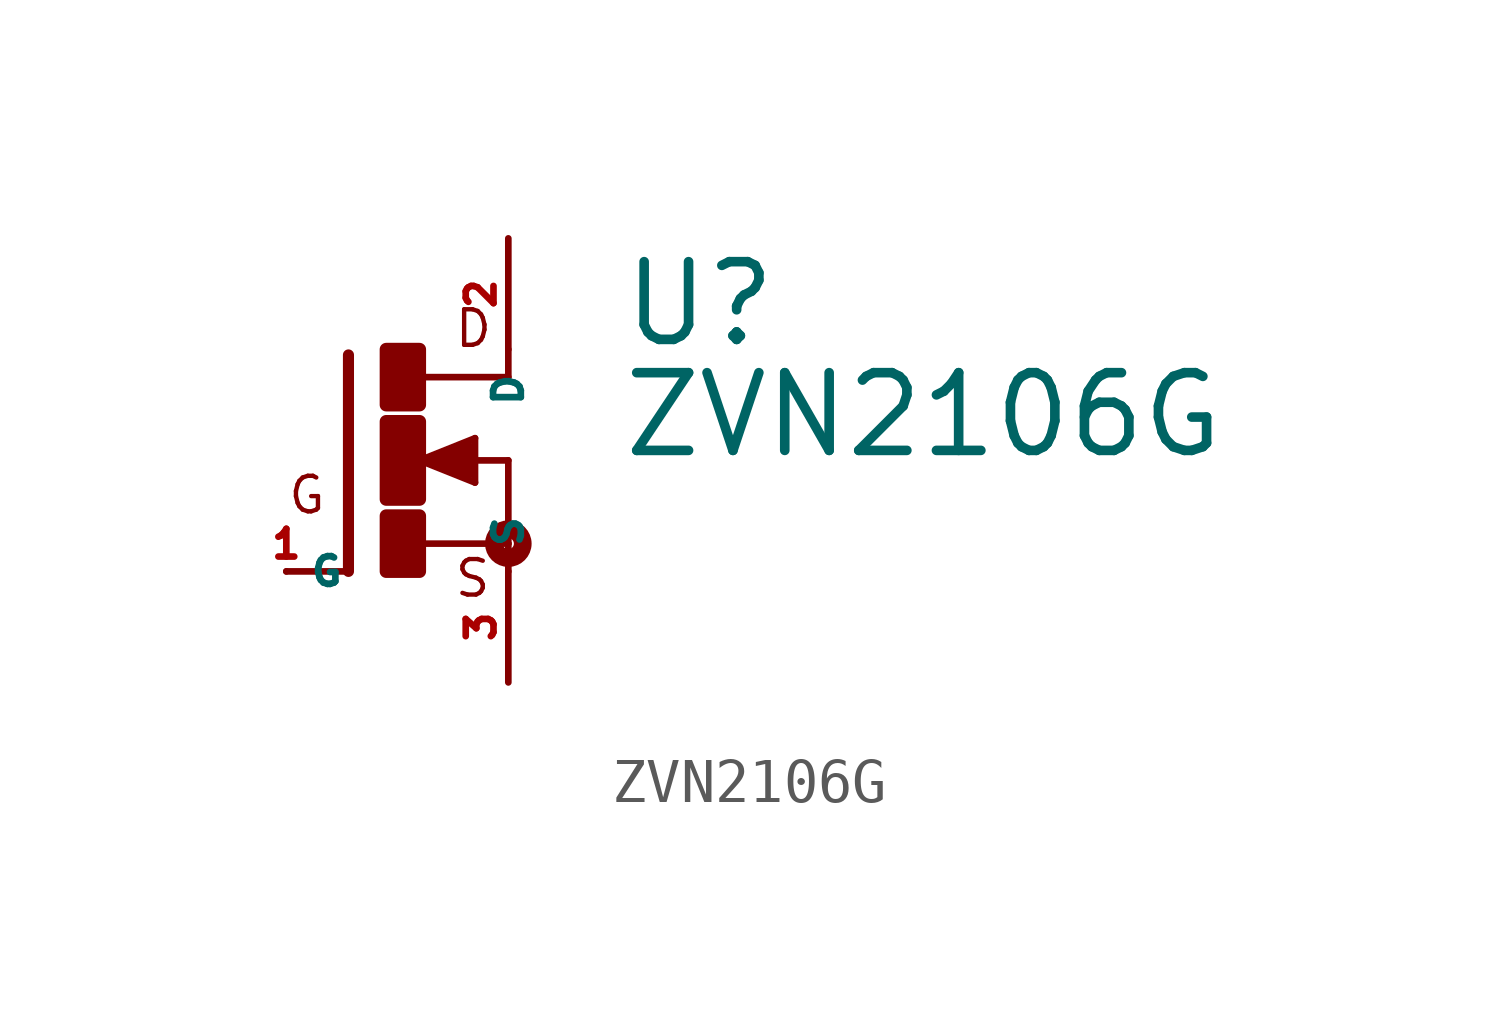
<source format=kicad_sym>
(kicad_symbol_lib
  (version 20220914)
  (generator Eagle2Kicad)
  (symbol "ZVN2106G"
    (property "Reference" "U"
      (at 5.08 2.54 0)
      (effects (font (size 1.778 1.778) (thickness 0.22)) (justify left bottom)))
    (property "Value" "ZVN2106G"
      (at 5.08 0 0)
      (effects (font (size 1.778 1.778) (thickness 0.22)) (justify left bottom)))
    (polyline
      (pts (xy -1.118 2.413) (xy -1.118 -2.54))
      (stroke (width 0.254) (type default))
      (fill (type none)))
    (polyline
      (pts (xy -1.118 -2.54) (xy -2.54 -2.54))
      (stroke (width 0.152) (type default))
      (fill (type none)))
    (polyline
      (pts (xy 2.54 1.905) (xy 0.533 1.905))
      (stroke (width 0.152) (type default))
      (fill (type none)))
    (polyline
      (pts (xy 2.54 2.54) (xy 2.54 1.905))
      (stroke (width 0.152) (type default))
      (fill (type none)))
    (polyline
      (pts (xy 2.54 0) (xy 2.54 -1.905))
      (stroke (width 0.152) (type default))
      (fill (type none)))
    (polyline
      (pts (xy 0.508 -1.905) (xy 2.54 -1.905))
      (stroke (width 0.152) (type default))
      (fill (type none)))
    (polyline
      (pts (xy 2.54 -1.905) (xy 2.54 -2.54))
      (stroke (width 0.152) (type default))
      (fill (type none)))
    (polyline
      (pts (xy 0.508 0) (xy 1.778 -0.508))
      (stroke (width 0.152) (type default))
      (fill (type none)))
    (polyline
      (pts (xy 1.778 -0.508) (xy 1.778 0.508))
      (stroke (width 0.152) (type default))
      (fill (type none)))
    (polyline
      (pts (xy 1.778 0.508) (xy 0.508 0))
      (stroke (width 0.152) (type default))
      (fill (type none)))
    (polyline
      (pts (xy 1.651 0) (xy 2.54 0))
      (stroke (width 0.152) (type default))
      (fill (type none)))
    (polyline
      (pts (xy 1.651 0.254) (xy 0.762 0))
      (stroke (width 0.305) (type default))
      (fill (type none)))
    (polyline
      (pts (xy 0.762 0) (xy 1.651 -0.254))
      (stroke (width 0.305) (type default))
      (fill (type none)))
    (polyline
      (pts (xy 1.651 -0.254) (xy 1.651 0))
      (stroke (width 0.305) (type default))
      (fill (type none)))
    (polyline
      (pts (xy 1.651 0) (xy 1.397 0))
      (stroke (width 0.305) (type default))
      (fill (type none)))
    (text "D"
      (at 1.27 2.54 0)
      (effects (font (size 0.813 0.813) (thickness 0.10)) (justify left bottom)))
    (text "S"
      (at 1.27 -3.175 0)
      (effects (font (size 0.813 0.813) (thickness 0.10)) (justify left bottom)))
    (text "G"
      (at -2.54 -1.27 0)
      (effects (font (size 0.813 0.813) (thickness 0.10)) (justify left bottom)))
    (circle
      (center 2.54 -1.905)
      (radius 0.127)
      (stroke (width 0.406) (type default))
      (fill (type none)))
    (rectangle
      (start -0.254 -2.54)
      (end 0.508 -1.27)
      (stroke (width 0.3) (type default))
      (fill (type outline)))
    (rectangle
      (start -0.254 1.27)
      (end 0.508 2.54)
      (stroke (width 0.3) (type default))
      (fill (type outline)))
    (rectangle
      (start -0.254 -0.889)
      (end 0.508 0.889)
      (stroke (width 0.3) (type default))
      (fill (type outline)))
    (pin passive line
      (at -2.54 -2.54 0)
      (length 0)
      (name "G" (effects (font (size 0.635 0.635) (thickness 0.08)) (justify left bottom)))
      (number "1" (effects (font (size 0.635 0.635) (thickness 0.08)) (justify left bottom))))
    (pin passive line
      (at 2.54 5.08 270)
      (length 2.54)
      (name "D" (effects (font (size 0.635 0.635) (thickness 0.08)) (justify left bottom)))
      (number "2" (effects (font (size 0.635 0.635) (thickness 0.08)) (justify left bottom))))
    (pin passive line
      (at 2.54 -5.08 90)
      (length 2.54)
      (name "S" (effects (font (size 0.635 0.635) (thickness 0.08)) (justify left bottom)))
      (number "3" (effects (font (size 0.635 0.635) (thickness 0.08)) (justify left bottom))))))
</source>
